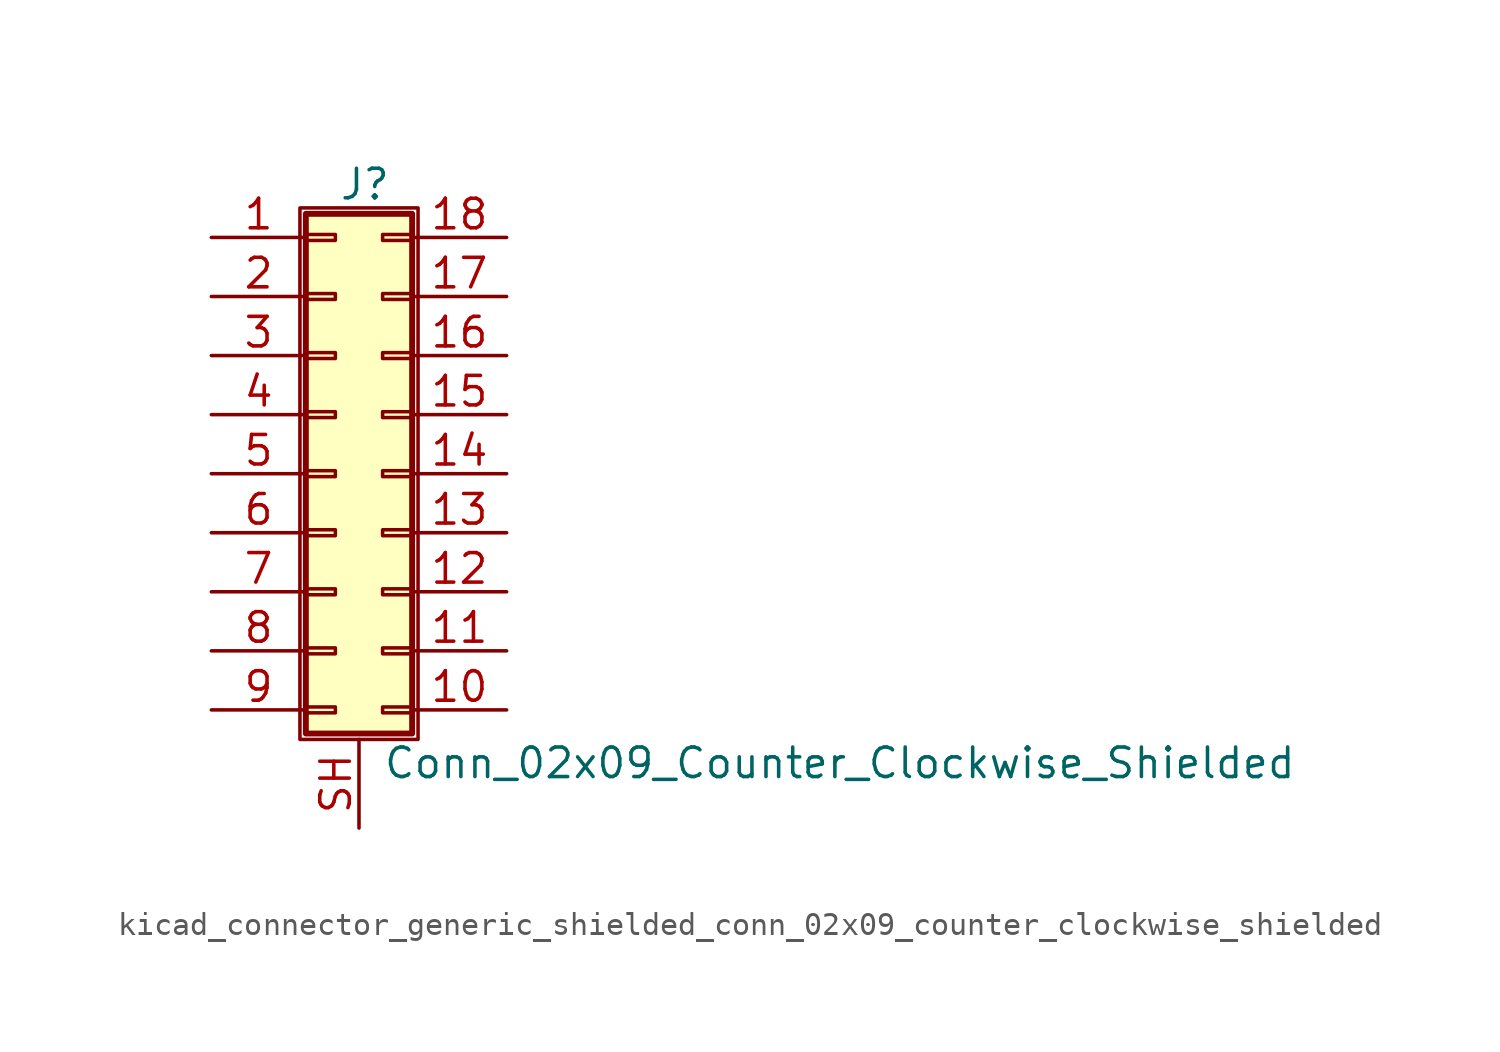
<source format=kicad_sym>
(kicad_symbol_lib
  (version 20220914)
  (generator kicad_symbol_editor)
  (symbol "kicad_connector_generic_shielded_conn_02x09_counter_clockwise_shielded"
    (pin_names
      (offset 1.016) hide)
    (property "Reference" "J"
      (at 1.524 12.446 0)
      (effects (font (size 1.27 1.27))))
    (property "Value" "Conn_02x09_Counter_Clockwise_Shielded"
      (at 2.286 -12.446 0)
      (effects (font (size 1.27 1.27)) (justify left)))
    (symbol "kicad_connector_generic_shielded_conn_02x09_counter_clockwise_shielded_1_1"
      (rectangle (start -1.27 11.43) (end 3.81 -11.43) (stroke (width 0.152) (type default)) (fill (type none)))
      (rectangle (start -1.016 -10.033) (end 0.254 -10.287) (stroke (width 0.152) (type default)) (fill (type none)))
      (rectangle (start -1.016 -7.493) (end 0.254 -7.747) (stroke (width 0.152) (type default)) (fill (type none)))
      (rectangle (start -1.016 -4.953) (end 0.254 -5.207) (stroke (width 0.152) (type default)) (fill (type none)))
      (rectangle (start -1.016 -2.413) (end 0.254 -2.667) (stroke (width 0.152) (type default)) (fill (type none)))
      (rectangle (start -1.016 0.127) (end 0.254 -0.127) (stroke (width 0.152) (type default)) (fill (type none)))
      (rectangle (start -1.016 2.667) (end 0.254 2.413) (stroke (width 0.152) (type default)) (fill (type none)))
      (rectangle (start -1.016 5.207) (end 0.254 4.953) (stroke (width 0.152) (type default)) (fill (type none)))
      (rectangle (start -1.016 7.747) (end 0.254 7.493) (stroke (width 0.152) (type default)) (fill (type none)))
      (rectangle (start -1.016 10.287) (end 0.254 10.033) (stroke (width 0.152) (type default)) (fill (type none)))
      (rectangle (start -1.016 11.176) (end 3.556 -11.176) (stroke (width 0.254) (type default)) (fill (type background)))
      (rectangle (start 3.556 -10.033) (end 2.286 -10.287) (stroke (width 0.152) (type default)) (fill (type none)))
      (rectangle (start 3.556 -7.493) (end 2.286 -7.747) (stroke (width 0.152) (type default)) (fill (type none)))
      (rectangle (start 3.556 -4.953) (end 2.286 -5.207) (stroke (width 0.152) (type default)) (fill (type none)))
      (rectangle (start 3.556 -2.413) (end 2.286 -2.667) (stroke (width 0.152) (type default)) (fill (type none)))
      (rectangle (start 3.556 0.127) (end 2.286 -0.127) (stroke (width 0.152) (type default)) (fill (type none)))
      (rectangle (start 3.556 2.667) (end 2.286 2.413) (stroke (width 0.152) (type default)) (fill (type none)))
      (rectangle (start 3.556 5.207) (end 2.286 4.953) (stroke (width 0.152) (type default)) (fill (type none)))
      (rectangle (start 3.556 7.747) (end 2.286 7.493) (stroke (width 0.152) (type default)) (fill (type none)))
      (rectangle (start 3.556 10.287) (end 2.286 10.033) (stroke (width 0.152) (type default)) (fill (type none)))
      (pin passive line (at -5.08 10.16 0) (length 4.064) (name "Pin_1" (effects (font (size 1.27 1.27)))) (number "1" (effects (font (size 1.27 1.27)))))
      (pin passive line (at 7.62 -10.16 180) (length 4.064) (name "Pin_10" (effects (font (size 1.27 1.27)))) (number "10" (effects (font (size 1.27 1.27)))))
      (pin passive line (at 7.62 -7.62 180) (length 4.064) (name "Pin_11" (effects (font (size 1.27 1.27)))) (number "11" (effects (font (size 1.27 1.27)))))
      (pin passive line (at 7.62 -5.08 180) (length 4.064) (name "Pin_12" (effects (font (size 1.27 1.27)))) (number "12" (effects (font (size 1.27 1.27)))))
      (pin passive line (at 7.62 -2.54 180) (length 4.064) (name "Pin_13" (effects (font (size 1.27 1.27)))) (number "13" (effects (font (size 1.27 1.27)))))
      (pin passive line (at 7.62 0 180) (length 4.064) (name "Pin_14" (effects (font (size 1.27 1.27)))) (number "14" (effects (font (size 1.27 1.27)))))
      (pin passive line (at 7.62 2.54 180) (length 4.064) (name "Pin_15" (effects (font (size 1.27 1.27)))) (number "15" (effects (font (size 1.27 1.27)))))
      (pin passive line (at 7.62 5.08 180) (length 4.064) (name "Pin_16" (effects (font (size 1.27 1.27)))) (number "16" (effects (font (size 1.27 1.27)))))
      (pin passive line (at 7.62 7.62 180) (length 4.064) (name "Pin_17" (effects (font (size 1.27 1.27)))) (number "17" (effects (font (size 1.27 1.27)))))
      (pin passive line (at 7.62 10.16 180) (length 4.064) (name "Pin_18" (effects (font (size 1.27 1.27)))) (number "18" (effects (font (size 1.27 1.27)))))
      (pin passive line (at -5.08 7.62 0) (length 4.064) (name "Pin_2" (effects (font (size 1.27 1.27)))) (number "2" (effects (font (size 1.27 1.27)))))
      (pin passive line (at -5.08 5.08 0) (length 4.064) (name "Pin_3" (effects (font (size 1.27 1.27)))) (number "3" (effects (font (size 1.27 1.27)))))
      (pin passive line (at -5.08 2.54 0) (length 4.064) (name "Pin_4" (effects (font (size 1.27 1.27)))) (number "4" (effects (font (size 1.27 1.27)))))
      (pin passive line (at -5.08 0 0) (length 4.064) (name "Pin_5" (effects (font (size 1.27 1.27)))) (number "5" (effects (font (size 1.27 1.27)))))
      (pin passive line (at -5.08 -2.54 0) (length 4.064) (name "Pin_6" (effects (font (size 1.27 1.27)))) (number "6" (effects (font (size 1.27 1.27)))))
      (pin passive line (at -5.08 -5.08 0) (length 4.064) (name "Pin_7" (effects (font (size 1.27 1.27)))) (number "7" (effects (font (size 1.27 1.27)))))
      (pin passive line (at -5.08 -7.62 0) (length 4.064) (name "Pin_8" (effects (font (size 1.27 1.27)))) (number "8" (effects (font (size 1.27 1.27)))))
      (pin passive line (at -5.08 -10.16 0) (length 4.064) (name "Pin_9" (effects (font (size 1.27 1.27)))) (number "9" (effects (font (size 1.27 1.27)))))
      (pin passive line (at 1.27 -15.24 90) (length 3.81) (name "Shield" (effects (font (size 1.27 1.27)))) (number "SH" (effects (font (size 1.27 1.27))))))))
</source>
